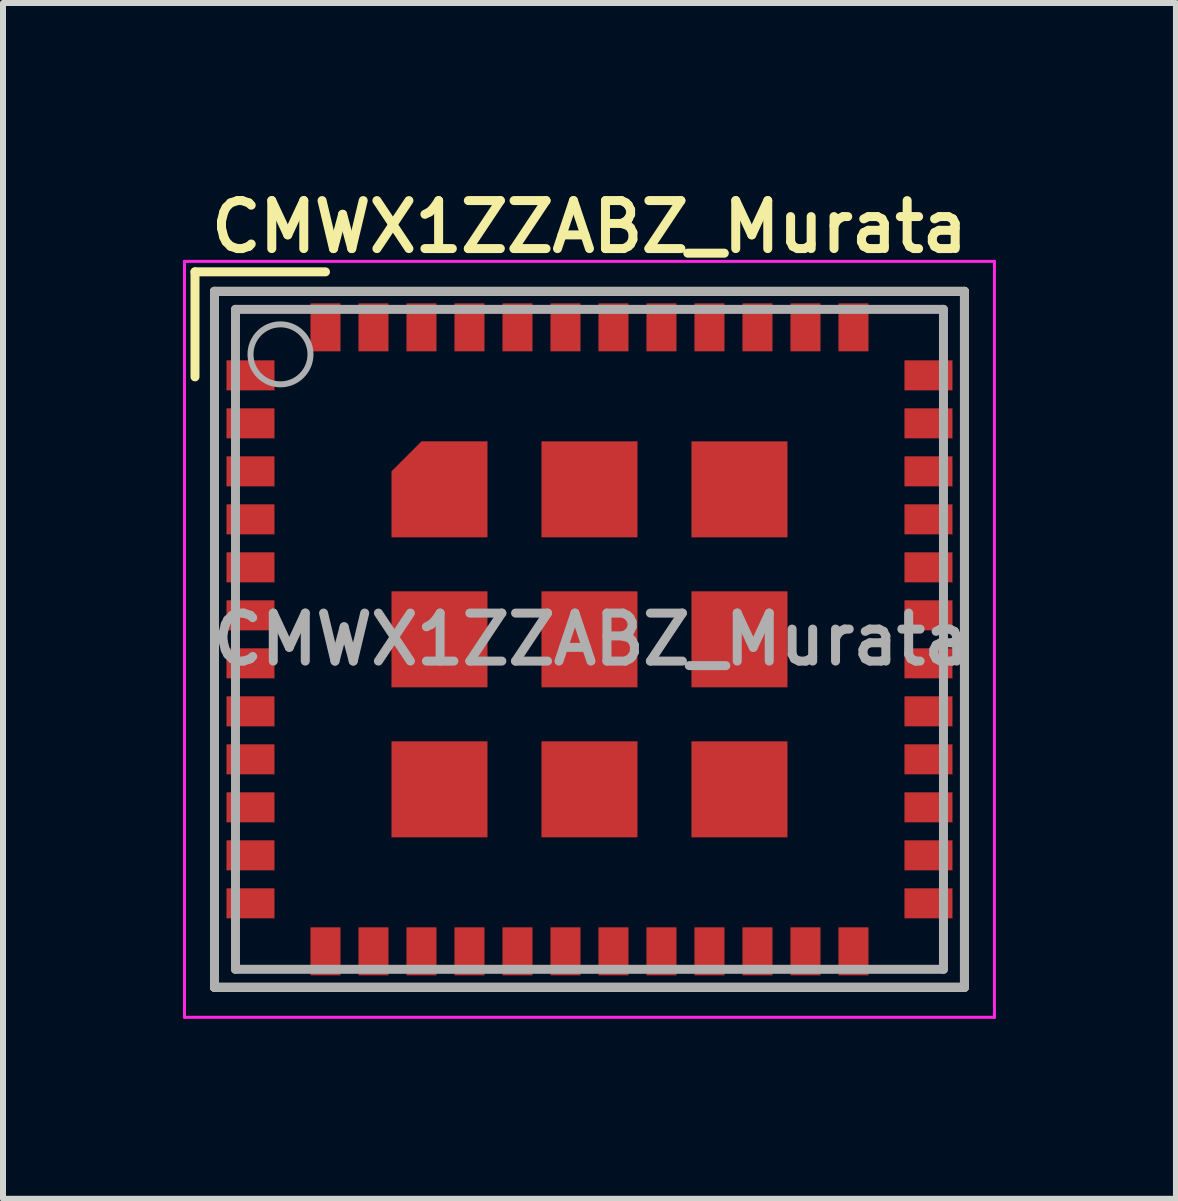
<source format=kicad_pcb>
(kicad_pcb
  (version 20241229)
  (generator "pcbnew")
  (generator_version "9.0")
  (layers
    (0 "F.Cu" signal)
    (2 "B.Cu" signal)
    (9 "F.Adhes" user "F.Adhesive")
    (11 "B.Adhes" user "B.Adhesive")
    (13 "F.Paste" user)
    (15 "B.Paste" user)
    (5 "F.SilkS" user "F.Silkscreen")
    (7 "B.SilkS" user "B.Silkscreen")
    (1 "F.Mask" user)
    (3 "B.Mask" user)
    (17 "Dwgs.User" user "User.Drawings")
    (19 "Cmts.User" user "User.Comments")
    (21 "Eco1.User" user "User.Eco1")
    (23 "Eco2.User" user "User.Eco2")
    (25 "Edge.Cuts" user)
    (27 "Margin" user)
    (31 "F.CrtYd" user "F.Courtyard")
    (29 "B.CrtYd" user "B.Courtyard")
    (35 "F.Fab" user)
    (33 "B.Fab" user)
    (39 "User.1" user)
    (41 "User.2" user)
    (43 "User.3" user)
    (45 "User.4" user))
  (footprint "CMWX1ZZABZ_Murata"
    (layer "F.Cu")
    (at 6.775 7.606)
    (property "Reference" "CMWX1ZZABZ_Murata" (at 0 -6.875 0) (layer "F.SilkS") (effects (font (size 0.8 0.8) (thickness 0.15))))
    (attr smd)
    (fp_poly (pts (xy -1.7 -1.7) (xy -1.7 -3.3) (xy -2.8 -3.3) (xy -3.3 -2.8) (xy -3.3 -1.7)) (stroke (width 0) (type solid)) (fill yes) (layer "F.Cu"))
    (fp_poly (pts (xy -3.4 -1.6) (xy -1.6 -1.6) (xy -1.6 -3.4) (xy -2.9 -3.4) (xy -3.4 -2.9)) (stroke (width 0) (type solid)) (fill yes) (layer "F.Mask"))
    (fp_line (start -6.575 -6.125) (end -4.4 -6.125) (stroke (width 0.15) (type solid)) (layer "F.SilkS"))
    (fp_line (start -6.575 -4.375) (end -6.575 -6.125) (stroke (width 0.15) (type solid)) (layer "F.SilkS"))
    (fp_line (start -6.25 -5.8) (end -6.25 5.8) (stroke (width 0.15) (type solid)) (layer "F.SilkS"))
    (fp_line (start 6.25 -5.8) (end -6.25 -5.8) (stroke (width 0.15) (type solid)) (layer "F.SilkS"))
    (fp_line (start 6.25 5.8) (end -6.25 5.8) (stroke (width 0.15) (type solid)) (layer "F.SilkS"))
    (fp_line (start 6.25 5.8) (end 6.25 -5.8) (stroke (width 0.15) (type solid)) (layer "F.SilkS"))
    (fp_poly (pts (xy -1.7 -1.7) (xy -1.7 -3.3) (xy -2.8 -3.3) (xy -3.3 -2.8) (xy -3.3 -1.7)) (stroke (width 0) (type solid)) (fill yes) (layer "F.Paste"))
    (fp_line (start -6.75 -6.3) (end 6.75 -6.3) (stroke (width 0.05) (type solid)) (layer "F.CrtYd"))
    (fp_line (start -6.75 6.3) (end -6.75 -6.3) (stroke (width 0.05) (type solid)) (layer "F.CrtYd"))
    (fp_line (start 6.75 -6.3) (end 6.75 6.3) (stroke (width 0.05) (type solid)) (layer "F.CrtYd"))
    (fp_line (start 6.75 6.3) (end -6.75 6.3) (stroke (width 0.05) (type solid)) (layer "F.CrtYd"))
    (fp_line (start -6.25 -5.8) (end 6.225 -5.8) (stroke (width 0.15) (type solid)) (layer "F.Fab"))
    (fp_line (start -6.25 5.8) (end -6.25 -5.8) (stroke (width 0.15) (type solid)) (layer "F.Fab"))
    (fp_line (start -5.9 -5.5) (end -5.9 5.5) (stroke (width 0.15) (type solid)) (layer "F.Fab"))
    (fp_line (start -5.9 5.5) (end 5.9 5.5) (stroke (width 0.15) (type solid)) (layer "F.Fab"))
    (fp_line (start 5.9 -5.5) (end -5.9 -5.5) (stroke (width 0.15) (type solid)) (layer "F.Fab"))
    (fp_line (start 5.9 5.5) (end 5.9 -5.5) (stroke (width 0.15) (type solid)) (layer "F.Fab"))
    (fp_line (start 6.225 -5.8) (end 6.25 -5.8) (stroke (width 0.1) (type solid)) (layer "F.Fab"))
    (fp_line (start 6.25 -5.8) (end 6.25 5.8) (stroke (width 0.15) (type solid)) (layer "F.Fab"))
    (fp_line (start 6.25 5.8) (end -6.25 5.8) (stroke (width 0.15) (type solid)) (layer "F.Fab"))
    (fp_circle (center -5.15 -4.75) (end -5.65 -4.75) (stroke (width 0.1) (type solid)) (fill no) (layer "F.Fab"))
    (fp_text user "${REFERENCE}" (at 0.025 0 0) (layer "F.Fab") (effects (font (size 0.8 0.8) (thickness 0.15))))
    (pad "1" smd rect (at -5.65 -4.4) (size 0.8 0.5) (layers "F.Cu" "F.Mask" "F.Paste"))
    (pad "2" smd rect (at -5.65 -3.6) (size 0.8 0.5) (layers "F.Cu" "F.Mask" "F.Paste"))
    (pad "3" smd rect (at -5.65 -2.8) (size 0.8 0.5) (layers "F.Cu" "F.Mask" "F.Paste"))
    (pad "4" smd rect (at -5.65 -2) (size 0.8 0.5) (layers "F.Cu" "F.Mask" "F.Paste"))
    (pad "5" smd rect (at -5.65 -1.2) (size 0.8 0.5) (layers "F.Cu" "F.Mask" "F.Paste"))
    (pad "6" smd rect (at -5.65 -0.4) (size 0.8 0.5) (layers "F.Cu" "F.Mask" "F.Paste"))
    (pad "7" smd rect (at -5.65 0.4) (size 0.8 0.5) (layers "F.Cu" "F.Mask" "F.Paste"))
    (pad "8" smd rect (at -5.65 1.2) (size 0.8 0.5) (layers "F.Cu" "F.Mask" "F.Paste"))
    (pad "9" smd rect (at -5.65 2) (size 0.8 0.5) (layers "F.Cu" "F.Mask" "F.Paste"))
    (pad "10" smd rect (at -5.65 2.8) (size 0.8 0.5) (layers "F.Cu" "F.Mask" "F.Paste"))
    (pad "11" smd rect (at -5.65 3.6) (size 0.8 0.5) (layers "F.Cu" "F.Mask" "F.Paste"))
    (pad "12" smd rect (at -5.65 4.4) (size 0.8 0.5) (layers "F.Cu" "F.Mask" "F.Paste"))
    (pad "13" smd rect (at -4.4 5.2 90) (size 0.8 0.5) (layers "F.Cu" "F.Mask" "F.Paste"))
    (pad "14" smd rect (at -3.6 5.2 90) (size 0.8 0.5) (layers "F.Cu" "F.Mask" "F.Paste"))
    (pad "15" smd rect (at -2.8 5.2 90) (size 0.8 0.5) (layers "F.Cu" "F.Mask" "F.Paste"))
    (pad "16" smd rect (at -2 5.2 90) (size 0.8 0.5) (layers "F.Cu" "F.Mask" "F.Paste"))
    (pad "17" smd rect (at -1.2 5.2 90) (size 0.8 0.5) (layers "F.Cu" "F.Mask" "F.Paste"))
    (pad "18" smd rect (at -0.4 5.2 90) (size 0.8 0.5) (layers "F.Cu" "F.Mask" "F.Paste"))
    (pad "19" smd rect (at 0.4 5.2 90) (size 0.8 0.5) (layers "F.Cu" "F.Mask" "F.Paste"))
    (pad "20" smd rect (at 1.2 5.2 90) (size 0.8 0.5) (layers "F.Cu" "F.Mask" "F.Paste"))
    (pad "21" smd rect (at 2 5.2 90) (size 0.8 0.5) (layers "F.Cu" "F.Mask" "F.Paste"))
    (pad "22" smd rect (at 2.8 5.2 90) (size 0.8 0.5) (layers "F.Cu" "F.Mask" "F.Paste"))
    (pad "23" smd rect (at 3.6 5.2 90) (size 0.8 0.5) (layers "F.Cu" "F.Mask" "F.Paste"))
    (pad "24" smd rect (at 4.4 5.2 90) (size 0.8 0.5) (layers "F.Cu" "F.Mask" "F.Paste"))
    (pad "25" smd rect (at 5.65 4.4 180) (size 0.8 0.5) (layers "F.Cu" "F.Mask" "F.Paste"))
    (pad "26" smd rect (at 5.65 3.6 180) (size 0.8 0.5) (layers "F.Cu" "F.Mask" "F.Paste"))
    (pad "27" smd rect (at 5.65 2.8 180) (size 0.8 0.5) (layers "F.Cu" "F.Mask" "F.Paste"))
    (pad "28" smd rect (at 5.65 2 180) (size 0.8 0.5) (layers "F.Cu" "F.Mask" "F.Paste"))
    (pad "29" smd rect (at 5.65 1.2 180) (size 0.8 0.5) (layers "F.Cu" "F.Mask" "F.Paste"))
    (pad "30" smd rect (at 5.65 0.4 180) (size 0.8 0.5) (layers "F.Cu" "F.Mask" "F.Paste"))
    (pad "31" smd rect (at 5.65 -0.4 180) (size 0.8 0.5) (layers "F.Cu" "F.Mask" "F.Paste"))
    (pad "32" smd rect (at 5.65 -1.2 180) (size 0.8 0.5) (layers "F.Cu" "F.Mask" "F.Paste"))
    (pad "33" smd rect (at 5.65 -2 180) (size 0.8 0.5) (layers "F.Cu" "F.Mask" "F.Paste"))
    (pad "34" smd rect (at 5.65 -2.8 180) (size 0.8 0.5) (layers "F.Cu" "F.Mask" "F.Paste"))
    (pad "35" smd rect (at 5.65 -3.6 180) (size 0.8 0.5) (layers "F.Cu" "F.Mask" "F.Paste"))
    (pad "36" smd rect (at 5.65 -4.4 180) (size 0.8 0.5) (layers "F.Cu" "F.Mask" "F.Paste"))
    (pad "37" smd rect (at 4.4 -5.2 270) (size 0.8 0.5) (layers "F.Cu" "F.Mask" "F.Paste"))
    (pad "38" smd rect (at 3.6 -5.2 270) (size 0.8 0.5) (layers "F.Cu" "F.Mask" "F.Paste"))
    (pad "39" smd rect (at 2.8 -5.2 270) (size 0.8 0.5) (layers "F.Cu" "F.Mask" "F.Paste"))
    (pad "40" smd rect (at 2 -5.2 270) (size 0.8 0.5) (layers "F.Cu" "F.Mask" "F.Paste"))
    (pad "41" smd rect (at 1.2 -5.2 270) (size 0.8 0.5) (layers "F.Cu" "F.Mask" "F.Paste"))
    (pad "42" smd rect (at 0.4 -5.2 270) (size 0.8 0.5) (layers "F.Cu" "F.Mask" "F.Paste"))
    (pad "43" smd rect (at -0.4 -5.2 270) (size 0.8 0.5) (layers "F.Cu" "F.Mask" "F.Paste"))
    (pad "44" smd rect (at -1.2 -5.2 270) (size 0.8 0.5) (layers "F.Cu" "F.Mask" "F.Paste"))
    (pad "45" smd rect (at -2 -5.2 270) (size 0.8 0.5) (layers "F.Cu" "F.Mask" "F.Paste"))
    (pad "46" smd rect (at -2.8 -5.2 270) (size 0.8 0.5) (layers "F.Cu" "F.Mask" "F.Paste"))
    (pad "47" smd rect (at -3.6 -5.2 270) (size 0.8 0.5) (layers "F.Cu" "F.Mask" "F.Paste"))
    (pad "48" smd rect (at -4.4 -5.2 270) (size 0.8 0.5) (layers "F.Cu" "F.Mask" "F.Paste"))
    (pad "49" smd rect (at -2.5 -2.5) (size 1 1) (layers "F.Cu" "F.Mask" "F.Paste"))
    (pad "50" smd rect (at 0 -2.5) (size 1.6 1.6) (layers "F.Cu" "F.Mask" "F.Paste"))
    (pad "51" smd rect (at 2.5 -2.5) (size 1.6 1.6) (layers "F.Cu" "F.Mask" "F.Paste"))
    (pad "52" smd rect (at -2.5 0) (size 1.6 1.6) (layers "F.Cu" "F.Mask" "F.Paste"))
    (pad "53" smd rect (at 0 0) (size 1.6 1.6) (layers "F.Cu" "F.Mask" "F.Paste"))
    (pad "54" smd rect (at 2.5 0) (size 1.6 1.6) (layers "F.Cu" "F.Mask" "F.Paste"))
    (pad "55" smd rect (at -2.5 2.5) (size 1.6 1.6) (layers "F.Cu" "F.Mask" "F.Paste"))
    (pad "56" smd rect (at 0 2.5) (size 1.6 1.6) (layers "F.Cu" "F.Mask" "F.Paste"))
    (pad "57" smd rect (at 2.5 2.5) (size 1.6 1.6) (layers "F.Cu" "F.Mask" "F.Paste")))
  (gr_rect
    (start -3 -3)
    (end 16.55 16.931)
    (stroke (width 0.1) (type default))
    (fill no)
    (layer "Edge.Cuts")))
</source>
